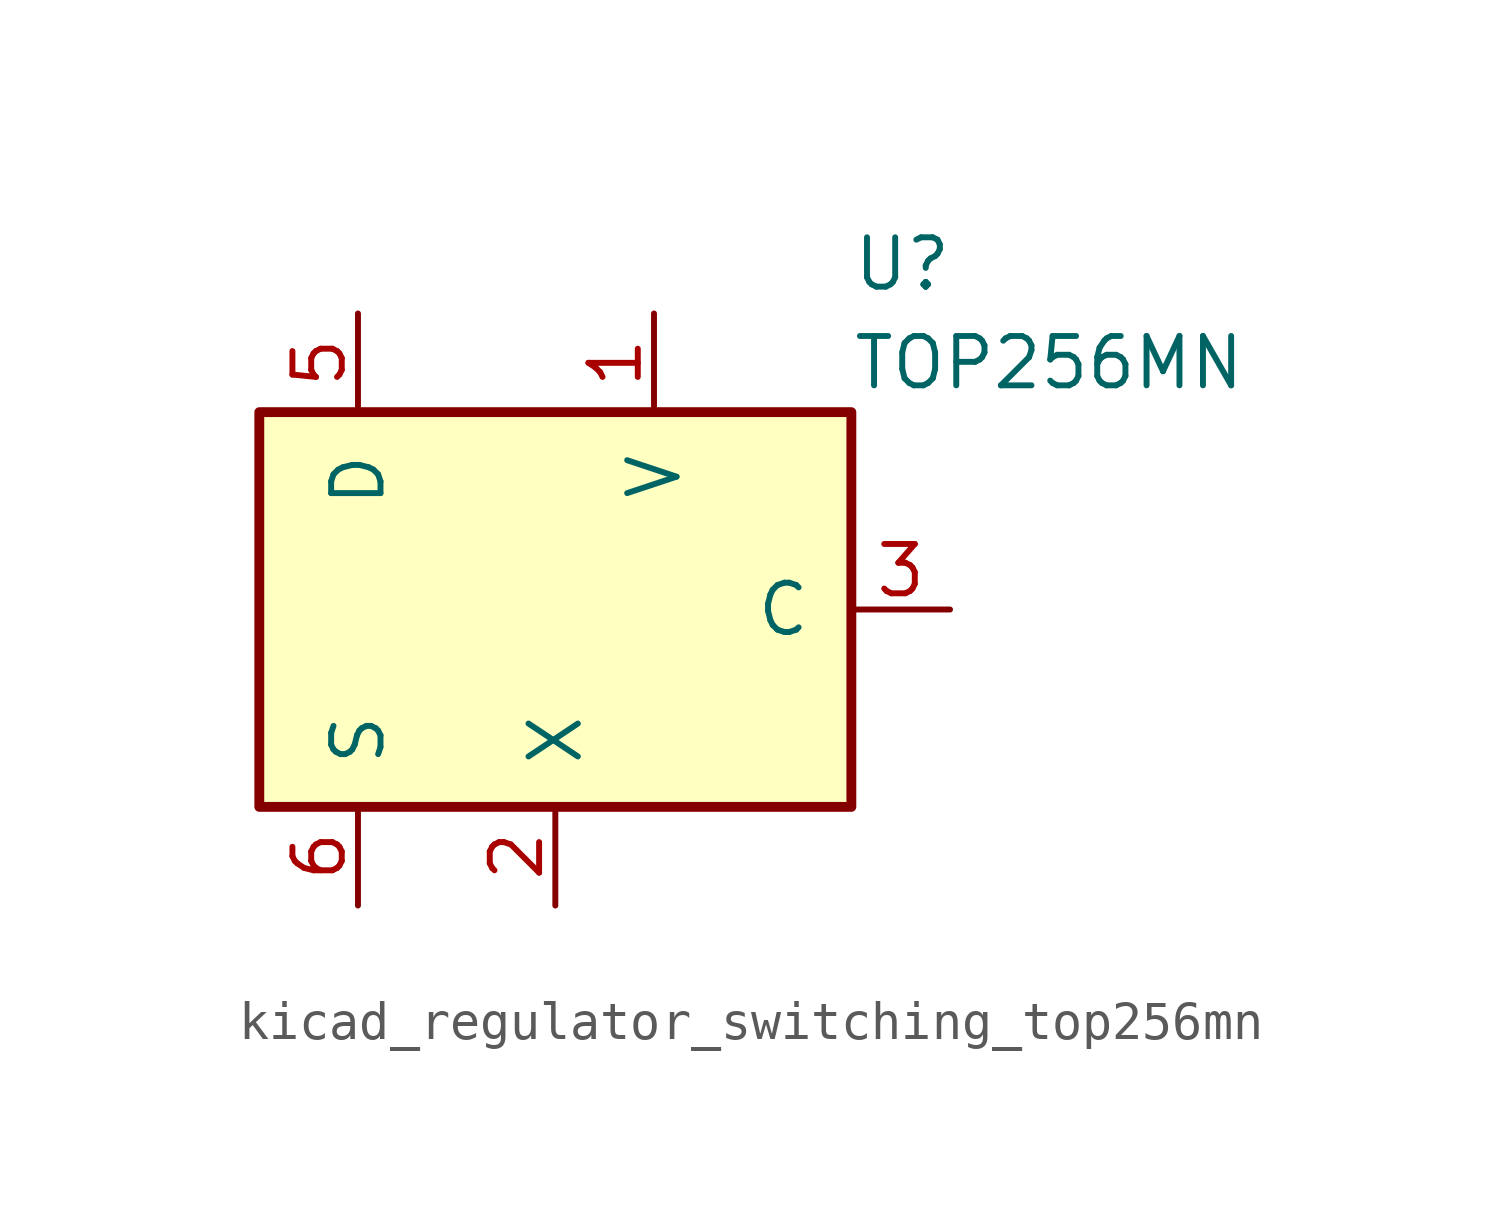
<source format=kicad_sym>
(kicad_symbol_lib
  (version 20220914)
  (generator kicad_symbol_editor)
  (symbol "kicad_regulator_switching_top256mn"
    (pin_names
      (offset 1.016))
    (property "Reference" "U"
      (at 7.62 8.89 0)
      (effects (font (size 1.27 1.27)) (justify left)))
    (property "Value" "TOP256MN"
      (at 7.62 6.35 0)
      (effects (font (size 1.27 1.27)) (justify left)))
    (symbol "kicad_regulator_switching_top256mn_0_1"
      (rectangle (start -7.62 5.08) (end 7.62 -5.08) (stroke (width 0.254) (type default)) (fill (type background))))
    (symbol "kicad_regulator_switching_top256mn_1_1"
      (pin input line (at 2.54 7.62 270) (length 2.54) (name "V" (effects (font (size 1.27 1.27)))) (number "1" (effects (font (size 1.27 1.27)))))
      (pin passive line (at -5.08 -7.62 90) (length 2.54) hide (name "S" (effects (font (size 1.27 1.27)))) (number "10" (effects (font (size 1.27 1.27)))))
      (pin input line (at 0 -7.62 90) (length 2.54) (name "X" (effects (font (size 1.27 1.27)))) (number "2" (effects (font (size 1.27 1.27)))))
      (pin input line (at 10.16 0 180) (length 2.54) (name "C" (effects (font (size 1.27 1.27)))) (number "3" (effects (font (size 1.27 1.27)))))
      (pin open_collector line (at -5.08 7.62 270) (length 2.54) (name "D" (effects (font (size 1.27 1.27)))) (number "5" (effects (font (size 1.27 1.27)))))
      (pin power_in line (at -5.08 -7.62 90) (length 2.54) (name "S" (effects (font (size 1.27 1.27)))) (number "6" (effects (font (size 1.27 1.27)))))
      (pin passive line (at -5.08 -7.62 90) (length 2.54) hide (name "S" (effects (font (size 1.27 1.27)))) (number "7" (effects (font (size 1.27 1.27)))))
      (pin passive line (at -5.08 -7.62 90) (length 2.54) hide (name "S" (effects (font (size 1.27 1.27)))) (number "8" (effects (font (size 1.27 1.27)))))
      (pin passive line (at -5.08 -7.62 90) (length 2.54) hide (name "S" (effects (font (size 1.27 1.27)))) (number "9" (effects (font (size 1.27 1.27))))))))
</source>
